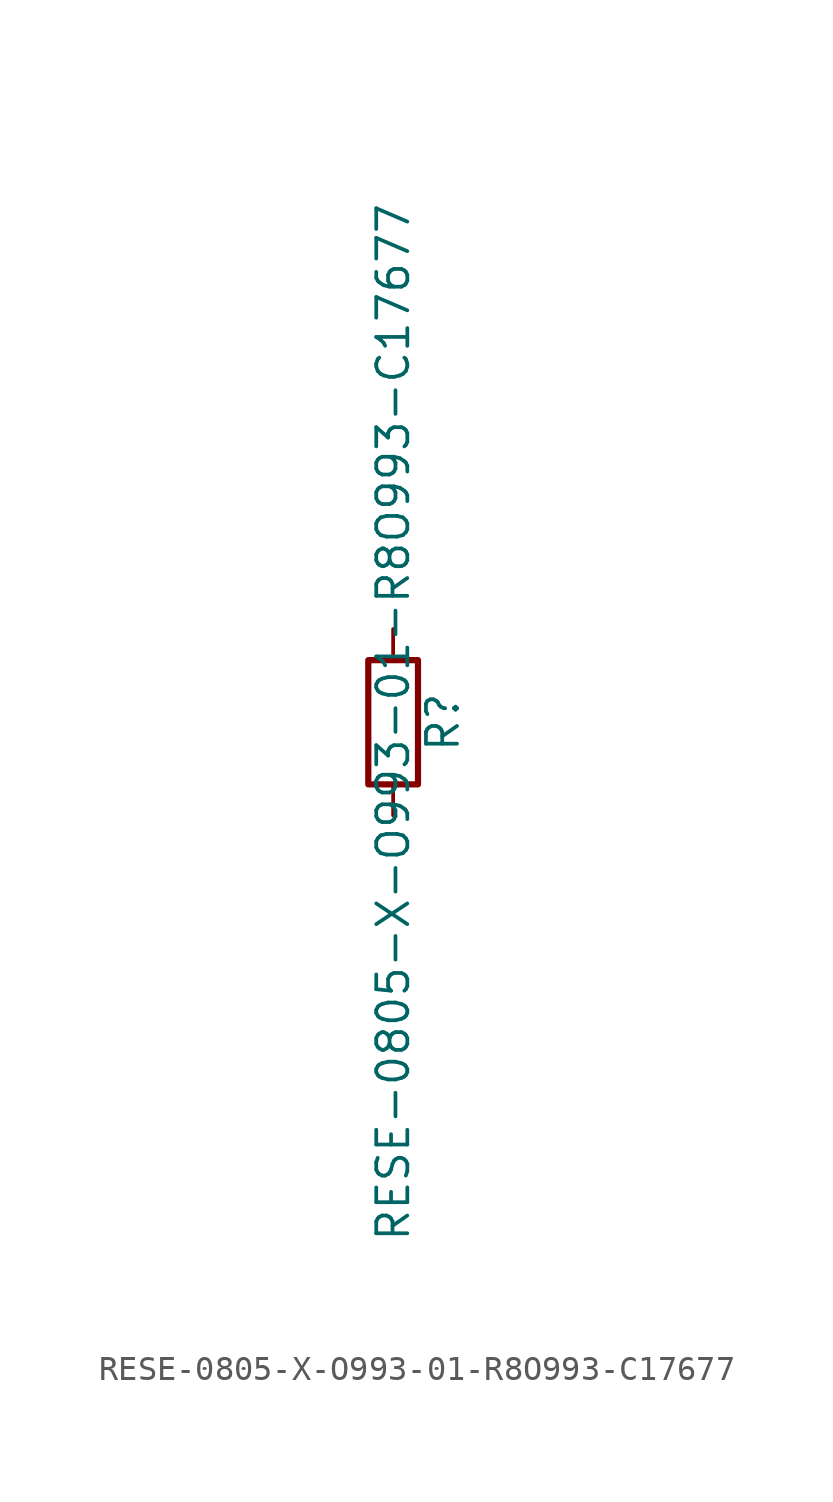
<source format=kicad_sym>
(kicad_symbol_lib
  (version 20211014)
  (generator kicad_symbol_editor)
  (symbol "RESE-0805-X-O993-01-R8O993-C17677"
    (pin_numbers hide)
    (pin_names
      (offset 0))
    (property "Reference" "R"
      (at 2.032 0 90)
      (effects (font (size 1.27 1.27))))
    (property "Value" "RESE-0805-X-O993-01-R8O993-C17677"
      (at 0 0 90)
      (effects (font (size 1.27 1.27))))
    (symbol "RESE-0805-X-O993-01-R8O993-C17677_0_1"
      (rectangle (start -1.016 -2.54) (end 1.016 2.54) (stroke (width 0.254) (type default) (color 0 0 0 0)) (fill (type none))))
    (symbol "RESE-0805-X-O993-01-R8O993-C17677_1_1"
      (pin passive line (at 0 3.81 270) (length 1.27) (name "~" (effects (font (size 1.27 1.27)))) (number "1" (effects (font (size 1.27 1.27)))))
      (pin passive line (at 0 -3.81 90) (length 1.27) (name "~" (effects (font (size 1.27 1.27)))) (number "2" (effects (font (size 1.27 1.27))))))))
</source>
